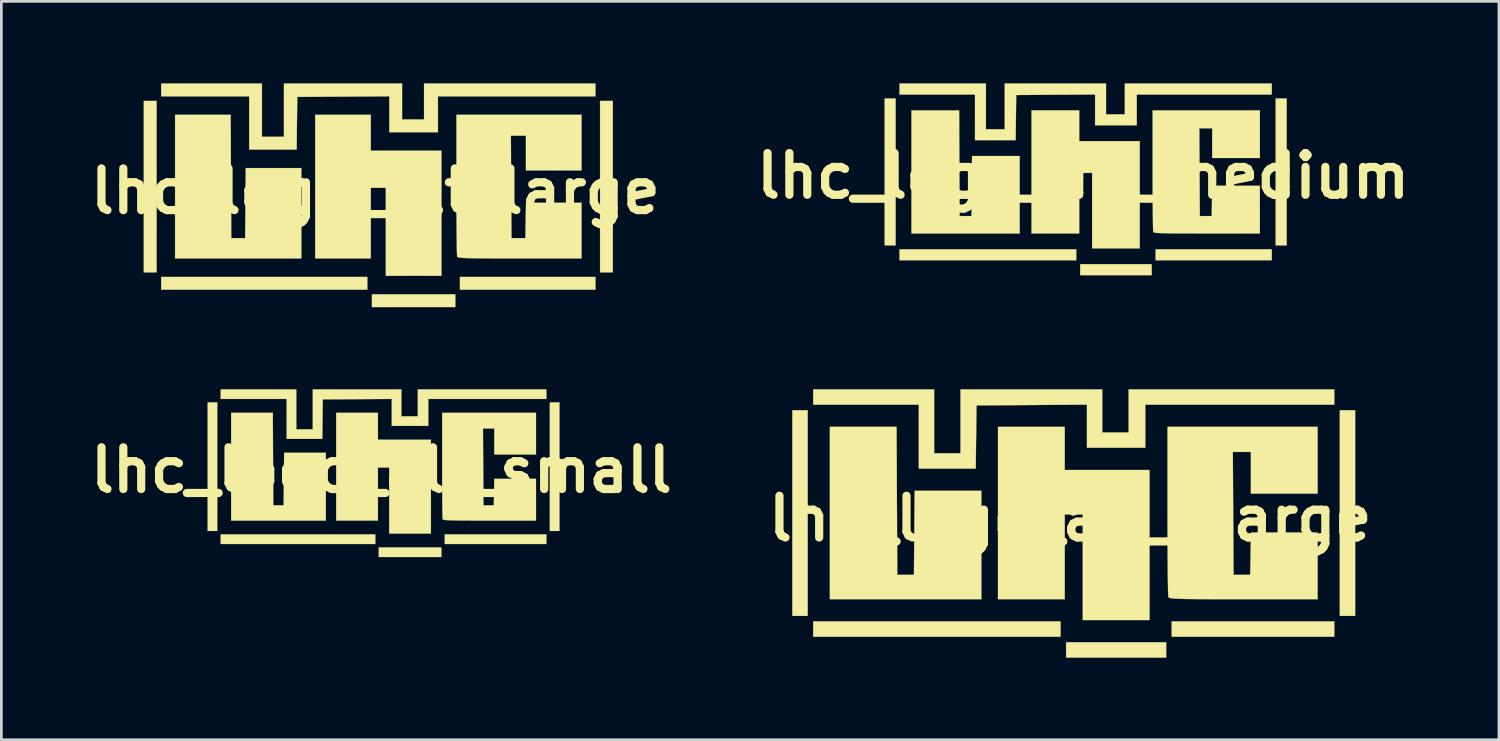
<source format=kicad_pcb>
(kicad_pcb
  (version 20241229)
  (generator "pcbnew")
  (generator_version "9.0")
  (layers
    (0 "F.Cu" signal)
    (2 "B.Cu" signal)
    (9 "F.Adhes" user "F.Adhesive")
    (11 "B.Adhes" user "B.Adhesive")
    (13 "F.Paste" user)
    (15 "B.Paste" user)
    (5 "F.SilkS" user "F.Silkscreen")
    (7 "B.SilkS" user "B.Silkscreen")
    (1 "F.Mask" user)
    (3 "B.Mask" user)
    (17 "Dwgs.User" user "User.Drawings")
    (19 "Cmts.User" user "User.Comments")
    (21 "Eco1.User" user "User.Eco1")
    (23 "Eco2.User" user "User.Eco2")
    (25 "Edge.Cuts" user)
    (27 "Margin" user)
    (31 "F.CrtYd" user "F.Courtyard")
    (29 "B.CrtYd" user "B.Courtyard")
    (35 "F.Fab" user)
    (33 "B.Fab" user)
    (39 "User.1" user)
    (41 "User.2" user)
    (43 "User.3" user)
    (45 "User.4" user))
  (footprint "lhc_logo_alt_medium"
    (layer "F.Cu")
    (at 36.55 3.38)
    (property "Reference" "lhc_logo_alt_medium" (at 0 0 0) (layer "F.SilkS") (effects (font (size 1.524 1.524) (thickness 0.3))))
    (attr through_hole)
    (fp_poly (pts (xy -6.858 2.54) (xy -7.257 2.54) (xy -7.257 -2.83) (xy -6.858 -2.83) (xy -6.858 2.54)) (stroke (width 0.01) (type solid)) (fill yes) (layer "F.SilkS"))
    (fp_poly (pts (xy -0.254 3.084) (xy -6.713 3.084) (xy -6.713 2.685) (xy -0.254 2.685) (xy -0.254 3.084)) (stroke (width 0.01) (type solid)) (fill yes) (layer "F.SilkS"))
    (fp_poly (pts (xy 2.504 3.629) (xy -0.109 3.629) (xy -0.109 3.229) (xy 2.504 3.229) (xy 2.504 3.629)) (stroke (width 0.01) (type solid)) (fill yes) (layer "F.SilkS"))
    (fp_poly (pts (xy 6.894 3.084) (xy 2.649 3.084) (xy 2.649 2.685) (xy 6.894 2.685) (xy 6.894 3.084)) (stroke (width 0.01) (type solid)) (fill yes) (layer "F.SilkS"))
    (fp_poly (pts (xy 7.439 2.54) (xy 7.039 2.54) (xy 7.039 -2.83) (xy 7.439 -2.83) (xy 7.439 2.54)) (stroke (width 0.01) (type solid)) (fill yes) (layer "F.SilkS"))
    (fp_poly (pts (xy -0.145 -1.27) (xy 2.068 -1.27) (xy 2.068 2.649) (xy 0.327 2.649) (xy 0.327 -0.109) (xy -0.145 -0.109) (xy -0.145 2.105) (xy -1.887 2.105) (xy -1.887 -2.395) (xy -0.145 -2.395) (xy -0.145 -1.27)) (stroke (width 0.01) (type solid)) (fill yes) (layer "F.SilkS"))
    (fp_poly (pts (xy -4.536 -2.395) (xy -4.527 -0.463) (xy -4.518 1.47) (xy -4.082 1.47) (xy -4.073 0.372) (xy -4.063 -0.726) (xy -2.322 -0.726) (xy -2.322 2.105) (xy -6.277 2.105) (xy -6.277 -2.395) (xy -5.407 -2.395) (xy -4.536 -2.395)) (stroke (width 0.01) (type solid)) (fill yes) (layer "F.SilkS"))
    (fp_poly (pts (xy -3.556 -1.705) (xy -2.867 -1.705) (xy -2.867 -3.375) (xy 0.835 -3.375) (xy 0.835 -2.25) (xy 1.524 -2.25) (xy 1.524 -3.375) (xy 6.894 -3.375) (xy 6.894 -2.975) (xy 1.959 -2.975) (xy 1.959 -1.851) (xy 0.435 -1.851) (xy 0.435 -2.976) (xy -1.007 -2.967) (xy -2.449 -2.957) (xy -2.459 -2.132) (xy -2.469 -1.306) (xy -3.955 -1.306) (xy -3.955 -2.975) (xy -6.713 -2.975) (xy -6.713 -3.375) (xy -3.556 -3.375) (xy -3.556 -1.705)) (stroke (width 0.01) (type solid)) (fill yes) (layer "F.SilkS"))
    (fp_poly (pts (xy 6.459 -0.653) (xy 4.717 -0.653) (xy 4.717 -1.742) (xy 4.245 -1.742) (xy 4.254 -0.136) (xy 4.264 1.47) (xy 4.699 1.47) (xy 4.709 0.916) (xy 4.719 0.363) (xy 6.459 0.363) (xy 6.459 2.105) (xy 4.521 2.105) (xy 4.094 2.104) (xy 3.733 2.104) (xy 3.434 2.103) (xy 3.19 2.1) (xy 2.996 2.098) (xy 2.847 2.093) (xy 2.736 2.088) (xy 2.657 2.081) (xy 2.607 2.073) (xy 2.577 2.063) (xy 2.564 2.05) (xy 2.562 2.047) (xy 2.558 2.001) (xy 2.554 1.89) (xy 2.551 1.718) (xy 2.548 1.494) (xy 2.545 1.222) (xy 2.543 0.911) (xy 2.541 0.565) (xy 2.54 0.193) (xy 2.54 -0.201) (xy 2.54 -2.395) (xy 6.459 -2.395) (xy 6.459 -0.653)) (stroke (width 0.01) (type solid)) (fill yes) (layer "F.SilkS")))
  (footprint "lhc_logo_alt_small"
    (layer "F.Cu")
    (at 10.893 14.138)
    (property "Reference" "lhc_logo_alt_small" (at 0 0 0) (layer "F.SilkS") (effects (font (size 1.524 1.524) (thickness 0.3))))
    (attr through_hole)
    (fp_poly (pts (xy -6.001 2.223) (xy -6.35 2.223) (xy -6.35 -2.477) (xy -6.001 -2.477) (xy -6.001 2.223)) (stroke (width 0.01) (type solid)) (fill yes) (layer "F.SilkS"))
    (fp_poly (pts (xy -0.222 2.699) (xy -5.874 2.699) (xy -5.874 2.349) (xy -0.222 2.349) (xy -0.222 2.699)) (stroke (width 0.01) (type solid)) (fill yes) (layer "F.SilkS"))
    (fp_poly (pts (xy 2.191 3.175) (xy -0.095 3.175) (xy -0.095 2.826) (xy 2.191 2.826) (xy 2.191 3.175)) (stroke (width 0.01) (type solid)) (fill yes) (layer "F.SilkS"))
    (fp_poly (pts (xy 6.032 2.699) (xy 2.318 2.699) (xy 2.318 2.349) (xy 6.032 2.349) (xy 6.032 2.699)) (stroke (width 0.01) (type solid)) (fill yes) (layer "F.SilkS"))
    (fp_poly (pts (xy 6.509 2.223) (xy 6.16 2.223) (xy 6.16 -2.477) (xy 6.509 -2.477) (xy 6.509 2.223)) (stroke (width 0.01) (type solid)) (fill yes) (layer "F.SilkS"))
    (fp_poly (pts (xy -3.961 -0.405) (xy -3.953 1.286) (xy -3.572 1.286) (xy -3.563 0.325) (xy -3.555 -0.635) (xy -2.032 -0.635) (xy -2.032 1.841) (xy -5.493 1.841) (xy -5.493 -2.095) (xy -3.969 -2.095) (xy -3.961 -0.405)) (stroke (width 0.01) (type solid)) (fill yes) (layer "F.SilkS"))
    (fp_poly (pts (xy -0.127 -1.111) (xy 1.81 -1.111) (xy 1.81 2.318) (xy 0.286 2.318) (xy 0.286 -0.095) (xy -0.127 -0.095) (xy -0.127 1.841) (xy -1.651 1.841) (xy -1.651 -2.095) (xy -0.127 -2.095) (xy -0.127 -1.111)) (stroke (width 0.01) (type solid)) (fill yes) (layer "F.SilkS"))
    (fp_poly (pts (xy -3.111 -1.492) (xy -2.508 -1.492) (xy -2.508 -2.953) (xy 0.73 -2.953) (xy 0.73 -1.968) (xy 1.333 -1.968) (xy 1.333 -2.953) (xy 6.032 -2.953) (xy 6.032 -2.603) (xy 1.714 -2.603) (xy 1.714 -1.619) (xy 0.381 -1.619) (xy 0.381 -2.604) (xy -0.881 -2.596) (xy -2.143 -2.588) (xy -2.152 -1.865) (xy -2.16 -1.143) (xy -3.461 -1.143) (xy -3.461 -2.603) (xy -5.874 -2.603) (xy -5.874 -2.953) (xy -3.111 -2.953) (xy -3.111 -1.492)) (stroke (width 0.01) (type solid)) (fill yes) (layer "F.SilkS"))
    (fp_poly (pts (xy 5.652 -0.572) (xy 4.128 -0.572) (xy 4.128 -1.524) (xy 3.714 -1.524) (xy 3.722 -0.119) (xy 3.731 1.286) (xy 4.112 1.286) (xy 4.12 0.802) (xy 4.129 0.318) (xy 5.652 0.318) (xy 5.652 1.841) (xy 3.956 1.841) (xy 3.582 1.841) (xy 3.267 1.841) (xy 3.005 1.84) (xy 2.792 1.838) (xy 2.622 1.835) (xy 2.491 1.832) (xy 2.394 1.827) (xy 2.325 1.821) (xy 2.281 1.814) (xy 2.255 1.805) (xy 2.243 1.794) (xy 2.242 1.791) (xy 2.238 1.751) (xy 2.235 1.653) (xy 2.232 1.503) (xy 2.229 1.307) (xy 2.227 1.069) (xy 2.225 0.797) (xy 2.224 0.495) (xy 2.223 0.169) (xy 2.223 -0.175) (xy 2.223 -2.095) (xy 5.652 -2.095) (xy 5.652 -0.572)) (stroke (width 0.01) (type solid)) (fill yes) (layer "F.SilkS")))
  (footprint "lhc_logo_alt_xlarge"
    (layer "F.Cu")
    (at 36.078 15.91)
    (property "Reference" "lhc_logo_alt_xlarge" (at 0 0 0) (layer "F.SilkS") (effects (font (size 1.524 1.524) (thickness 0.3))))
    (attr through_hole)
    (fp_poly (pts (xy -9.601 3.556) (xy -10.16 3.556) (xy -10.16 -3.962) (xy -9.601 -3.962) (xy -9.601 3.556)) (stroke (width 0.01) (type solid)) (fill yes) (layer "F.SilkS"))
    (fp_poly (pts (xy -0.356 4.318) (xy -9.398 4.318) (xy -9.398 3.759) (xy -0.356 3.759) (xy -0.356 4.318)) (stroke (width 0.01) (type solid)) (fill yes) (layer "F.SilkS"))
    (fp_poly (pts (xy 3.505 5.08) (xy -0.152 5.08) (xy -0.152 4.521) (xy 3.505 4.521) (xy 3.505 5.08)) (stroke (width 0.01) (type solid)) (fill yes) (layer "F.SilkS"))
    (fp_poly (pts (xy 9.652 4.318) (xy 3.708 4.318) (xy 3.708 3.759) (xy 9.652 3.759) (xy 9.652 4.318)) (stroke (width 0.01) (type solid)) (fill yes) (layer "F.SilkS"))
    (fp_poly (pts (xy 10.414 3.556) (xy 9.855 3.556) (xy 9.855 -3.962) (xy 10.414 -3.962) (xy 10.414 3.556)) (stroke (width 0.01) (type solid)) (fill yes) (layer "F.SilkS"))
    (fp_poly (pts (xy -6.338 -0.648) (xy -6.325 2.057) (xy -5.715 2.057) (xy -5.702 0.521) (xy -5.688 -1.016) (xy -3.251 -1.016) (xy -3.251 2.946) (xy -8.788 2.946) (xy -8.788 -3.353) (xy -6.351 -3.353) (xy -6.338 -0.648)) (stroke (width 0.01) (type solid)) (fill yes) (layer "F.SilkS"))
    (fp_poly (pts (xy -0.203 -1.778) (xy 2.896 -1.778) (xy 2.896 3.708) (xy 0.457 3.708) (xy 0.457 -0.152) (xy -0.203 -0.152) (xy -0.203 2.946) (xy -2.642 2.946) (xy -2.642 -3.353) (xy -0.203 -3.353) (xy -0.203 -1.778)) (stroke (width 0.01) (type solid)) (fill yes) (layer "F.SilkS"))
    (fp_poly (pts (xy -4.978 -2.388) (xy -4.013 -2.388) (xy -4.013 -4.724) (xy 1.168 -4.724) (xy 1.168 -3.15) (xy 2.134 -3.15) (xy 2.134 -4.724) (xy 9.652 -4.724) (xy 9.652 -4.166) (xy 2.743 -4.166) (xy 2.743 -2.591) (xy 0.61 -2.591) (xy 0.61 -4.167) (xy -3.429 -4.14) (xy -3.456 -1.829) (xy -5.537 -1.829) (xy -5.537 -4.166) (xy -9.398 -4.166) (xy -9.398 -4.724) (xy -4.978 -4.724) (xy -4.978 -2.388)) (stroke (width 0.01) (type solid)) (fill yes) (layer "F.SilkS"))
    (fp_poly (pts (xy 9.042 -0.914) (xy 6.604 -0.914) (xy 6.604 -2.438) (xy 5.943 -2.438) (xy 5.956 -0.191) (xy 5.969 2.057) (xy 6.579 2.057) (xy 6.607 0.508) (xy 9.042 0.508) (xy 9.042 2.946) (xy 6.33 2.946) (xy 5.732 2.946) (xy 5.227 2.945) (xy 4.808 2.944) (xy 4.466 2.941) (xy 4.195 2.937) (xy 3.986 2.931) (xy 3.83 2.923) (xy 3.72 2.914) (xy 3.649 2.902) (xy 3.608 2.888) (xy 3.589 2.87) (xy 3.587 2.866) (xy 3.581 2.802) (xy 3.576 2.645) (xy 3.571 2.405) (xy 3.567 2.091) (xy 3.563 1.711) (xy 3.56 1.275) (xy 3.558 0.792) (xy 3.557 0.27) (xy 3.556 -0.281) (xy 3.556 -3.353) (xy 9.042 -3.353) (xy 9.042 -0.914)) (stroke (width 0.01) (type solid)) (fill yes) (layer "F.SilkS")))
  (footprint "lhc_logo_alt_large"
    (layer "F.Cu")
    (at 10.675 3.942)
    (property "Reference" "lhc_logo_alt_large" (at 0 0 0) (layer "F.SilkS") (effects (font (size 1.524 1.524) (thickness 0.3))))
    (attr through_hole)
    (fp_poly (pts (xy -8.001 2.963) (xy -8.467 2.963) (xy -8.467 -3.302) (xy -8.001 -3.302) (xy -8.001 2.963)) (stroke (width 0.01) (type solid)) (fill yes) (layer "F.SilkS"))
    (fp_poly (pts (xy -0.296 3.598) (xy -7.832 3.598) (xy -7.832 3.133) (xy -0.296 3.133) (xy -0.296 3.598)) (stroke (width 0.01) (type solid)) (fill yes) (layer "F.SilkS"))
    (fp_poly (pts (xy 2.921 4.233) (xy -0.127 4.233) (xy -0.127 3.768) (xy 2.921 3.768) (xy 2.921 4.233)) (stroke (width 0.01) (type solid)) (fill yes) (layer "F.SilkS"))
    (fp_poly (pts (xy 8.043 3.598) (xy 3.09 3.598) (xy 3.09 3.133) (xy 8.043 3.133) (xy 8.043 3.598)) (stroke (width 0.01) (type solid)) (fill yes) (layer "F.SilkS"))
    (fp_poly (pts (xy 8.678 2.963) (xy 8.213 2.963) (xy 8.213 -3.302) (xy 8.678 -3.302) (xy 8.678 2.963)) (stroke (width 0.01) (type solid)) (fill yes) (layer "F.SilkS"))
    (fp_poly (pts (xy -5.281 -0.54) (xy -5.271 1.714) (xy -4.763 1.714) (xy -4.751 0.434) (xy -4.74 -0.847) (xy -2.709 -0.847) (xy -2.709 2.455) (xy -7.324 2.455) (xy -7.324 -2.794) (xy -5.292 -2.794) (xy -5.281 -0.54)) (stroke (width 0.01) (type solid)) (fill yes) (layer "F.SilkS"))
    (fp_poly (pts (xy -0.169 -1.482) (xy 2.413 -1.482) (xy 2.413 3.09) (xy 0.381 3.09) (xy 0.381 -0.127) (xy -0.169 -0.127) (xy -0.169 2.455) (xy -2.201 2.455) (xy -2.201 -2.794) (xy -0.169 -2.794) (xy -0.169 -1.482)) (stroke (width 0.01) (type solid)) (fill yes) (layer "F.SilkS"))
    (fp_poly (pts (xy -4.149 -1.99) (xy -3.344 -1.99) (xy -3.344 -3.937) (xy 0.974 -3.937) (xy 0.974 -2.625) (xy 1.778 -2.625) (xy 1.778 -3.937) (xy 8.043 -3.937) (xy 8.043 -3.471) (xy 2.286 -3.471) (xy 2.286 -2.159) (xy 0.508 -2.159) (xy 0.508 -3.472) (xy -2.857 -3.45) (xy -2.869 -2.487) (xy -2.88 -1.524) (xy -4.614 -1.524) (xy -4.614 -3.471) (xy -7.832 -3.471) (xy -7.832 -3.937) (xy -4.149 -3.937) (xy -4.149 -1.99)) (stroke (width 0.01) (type solid)) (fill yes) (layer "F.SilkS"))
    (fp_poly (pts (xy 7.535 -0.762) (xy 5.503 -0.762) (xy 5.503 -2.032) (xy 4.952 -2.032) (xy 4.974 1.714) (xy 5.482 1.714) (xy 5.494 1.069) (xy 5.506 0.423) (xy 7.535 0.423) (xy 7.535 2.455) (xy 5.275 2.455) (xy 4.776 2.455) (xy 4.356 2.454) (xy 4.006 2.453) (xy 3.722 2.451) (xy 3.496 2.447) (xy 3.321 2.442) (xy 3.192 2.436) (xy 3.1 2.428) (xy 3.041 2.418) (xy 3.007 2.406) (xy 2.991 2.392) (xy 2.989 2.388) (xy 2.984 2.335) (xy 2.98 2.205) (xy 2.976 2.005) (xy 2.973 1.742) (xy 2.969 1.426) (xy 2.967 1.062) (xy 2.965 0.66) (xy 2.964 0.225) (xy 2.963 -0.234) (xy 2.963 -2.794) (xy 7.535 -2.794) (xy 7.535 -0.762)) (stroke (width 0.01) (type solid)) (fill yes) (layer "F.SilkS")))
  (gr_rect
    (start -3 -3)
    (end 51.749 23.995)
    (stroke (width 0.1) (type default))
    (fill no)
    (layer "Edge.Cuts")))
</source>
